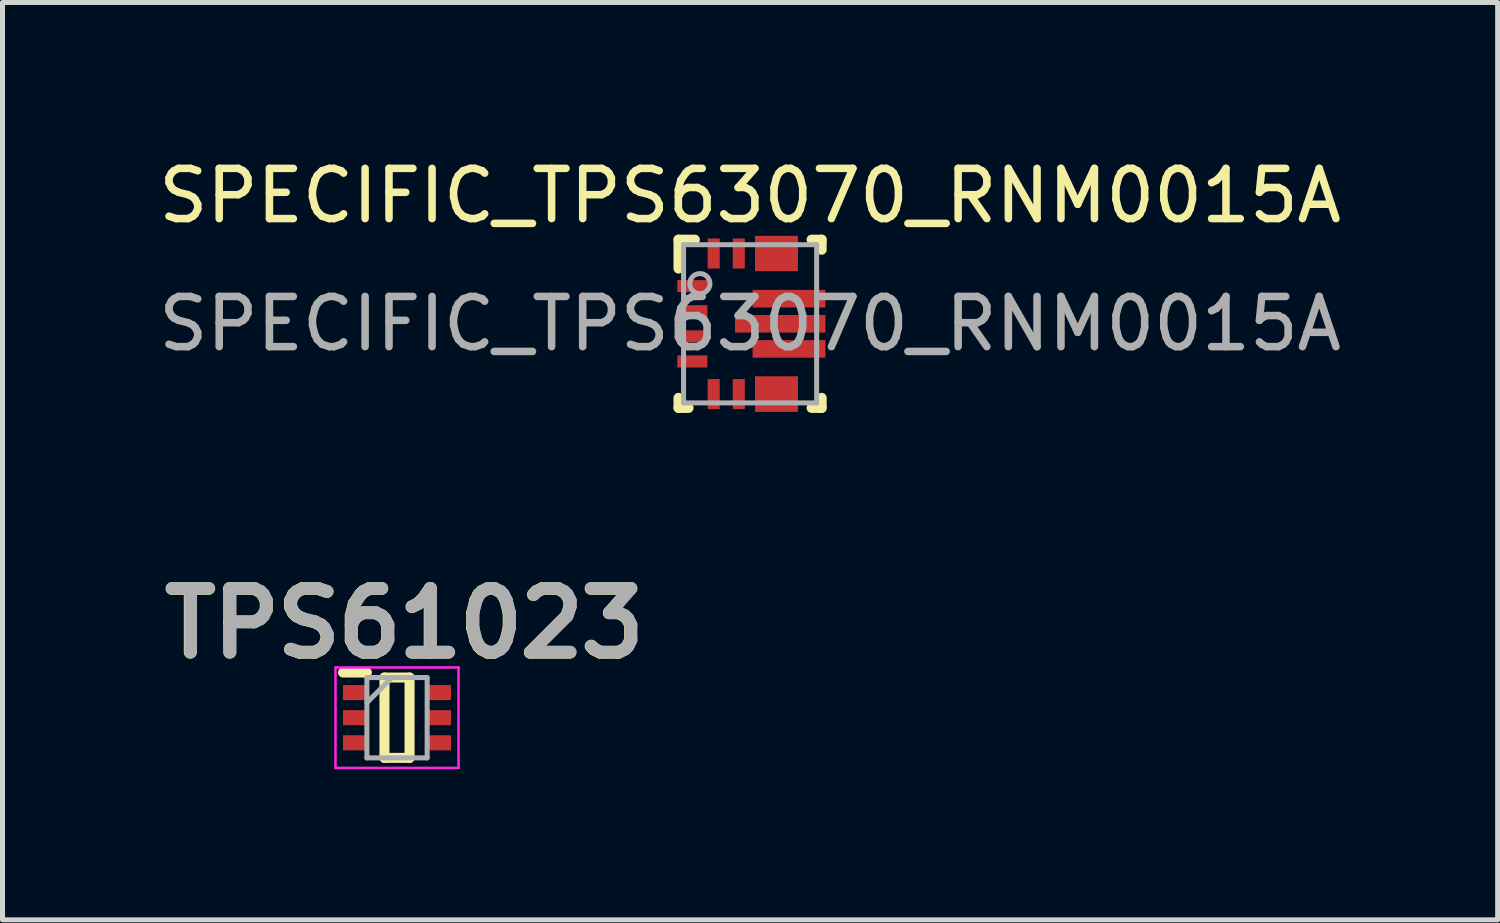
<source format=kicad_pcb>
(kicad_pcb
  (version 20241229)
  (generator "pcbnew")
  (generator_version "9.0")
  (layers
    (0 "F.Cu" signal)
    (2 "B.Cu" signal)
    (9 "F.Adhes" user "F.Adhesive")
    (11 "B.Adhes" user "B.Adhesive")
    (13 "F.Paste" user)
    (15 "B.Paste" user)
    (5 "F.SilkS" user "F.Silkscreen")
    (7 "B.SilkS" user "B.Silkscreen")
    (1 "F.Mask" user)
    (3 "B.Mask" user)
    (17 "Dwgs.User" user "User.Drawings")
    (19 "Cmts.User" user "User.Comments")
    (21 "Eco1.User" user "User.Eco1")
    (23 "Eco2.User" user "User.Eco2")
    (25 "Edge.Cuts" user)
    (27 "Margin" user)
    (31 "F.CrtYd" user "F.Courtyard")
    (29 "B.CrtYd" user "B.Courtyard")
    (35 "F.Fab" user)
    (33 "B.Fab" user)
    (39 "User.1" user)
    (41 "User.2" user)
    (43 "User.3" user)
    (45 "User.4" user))
  (footprint "TPS61023"
    (layer "F.Cu")
    (at 4.856 11.242)
    (property "Reference" "TPS61023" (at 0.145 -1.877 0) (layer "F.SilkS") (effects (font (size 1.27 1.27) (thickness 0.254))))
    (attr smd)
    (fp_line (start -1.075 -0.9) (end -0.6 -0.9) (stroke (width 0.2) (type solid)) (layer "F.SilkS"))
    (fp_line (start -0.25 -0.8) (end 0.25 -0.8) (stroke (width 0.2) (type solid)) (layer "F.SilkS"))
    (fp_line (start -0.25 0.8) (end -0.25 -0.8) (stroke (width 0.2) (type solid)) (layer "F.SilkS"))
    (fp_line (start 0.25 -0.8) (end 0.25 0.8) (stroke (width 0.2) (type solid)) (layer "F.SilkS"))
    (fp_line (start 0.25 0.8) (end -0.25 0.8) (stroke (width 0.2) (type solid)) (layer "F.SilkS"))
    (fp_line (start -1.225 -1) (end 1.225 -1) (stroke (width 0.05) (type solid)) (layer "F.CrtYd"))
    (fp_line (start -1.225 1) (end -1.225 -1) (stroke (width 0.05) (type solid)) (layer "F.CrtYd"))
    (fp_line (start 1.225 -1) (end 1.225 1) (stroke (width 0.05) (type solid)) (layer "F.CrtYd"))
    (fp_line (start 1.225 1) (end -1.225 1) (stroke (width 0.05) (type solid)) (layer "F.CrtYd"))
    (fp_line (start -0.6 -0.8) (end 0.6 -0.8) (stroke (width 0.1) (type solid)) (layer "F.Fab"))
    (fp_line (start -0.6 -0.3) (end -0.1 -0.8) (stroke (width 0.1) (type solid)) (layer "F.Fab"))
    (fp_line (start -0.6 0.8) (end -0.6 -0.8) (stroke (width 0.1) (type solid)) (layer "F.Fab"))
    (fp_line (start 0.6 -0.8) (end 0.6 0.8) (stroke (width 0.1) (type solid)) (layer "F.Fab"))
    (fp_line (start 0.6 0.8) (end -0.6 0.8) (stroke (width 0.1) (type solid)) (layer "F.Fab"))
    (fp_text user "${REFERENCE}" (at 0.154 -1.88 0) (layer "F.Fab") (effects (font (size 1.27 1.27) (thickness 0.254))))
    (pad "1" smd rect (at -0.838 -0.5 90) (size 0.3 0.475) (layers "F.Cu" "F.Mask" "F.Paste"))
    (pad "2" smd rect (at -0.838 0 90) (size 0.3 0.475) (layers "F.Cu" "F.Mask" "F.Paste"))
    (pad "3" smd rect (at -0.838 0.5 90) (size 0.3 0.475) (layers "F.Cu" "F.Mask" "F.Paste"))
    (pad "4" smd rect (at 0.838 0.5 90) (size 0.3 0.475) (layers "F.Cu" "F.Mask" "F.Paste"))
    (pad "5" smd rect (at 0.838 0 90) (size 0.3 0.475) (layers "F.Cu" "F.Mask" "F.Paste"))
    (pad "6" smd rect (at 0.838 -0.5 90) (size 0.3 0.475) (layers "F.Cu" "F.Mask" "F.Paste")))
  (footprint "SPECIFIC_TPS63070_RNM0015A"
    (layer "F.Cu")
    (at 11.887 3.398)
    (property "Reference" "SPECIFIC_TPS63070_RNM0015A" (at 0 -2.55 0) (unlocked yes) (layer "F.SilkS") (effects (font (size 1 1) (thickness 0.15))))
    (attr smd)
    (fp_poly (pts (xy 0.15 -1.15) (xy 0.15 -1.3) (xy 0.151 -1.31) (xy 0.154 -1.319) (xy 0.158 -1.328) (xy 0.165 -1.335) (xy 0.172 -1.342) (xy 0.181 -1.346) (xy 0.19 -1.349) (xy 0.2 -1.35) (xy 0.85 -1.35) (xy 0.86 -1.349) (xy 0.869 -1.346) (xy 0.878 -1.342) (xy 0.885 -1.335) (xy 0.892 -1.328) (xy 0.896 -1.319) (xy 0.899 -1.31) (xy 0.9 -1.3) (xy 0.9 -1.15) (xy 0.899 -1.14) (xy 0.896 -1.131) (xy 0.892 -1.122) (xy 0.885 -1.115) (xy 0.878 -1.108) (xy 0.869 -1.104) (xy 0.86 -1.101) (xy 0.85 -1.1) (xy 0.2 -1.1) (xy 0.19 -1.101) (xy 0.181 -1.104) (xy 0.172 -1.108) (xy 0.165 -1.115) (xy 0.158 -1.122) (xy 0.154 -1.131) (xy 0.151 -1.14)) (stroke (width 0) (type solid)) (fill yes) (layer "F.Mask"))
    (fp_poly (pts (xy 0.15 1.3) (xy 0.15 1.15) (xy 0.151 1.14) (xy 0.154 1.131) (xy 0.158 1.122) (xy 0.165 1.115) (xy 0.172 1.108) (xy 0.181 1.104) (xy 0.19 1.101) (xy 0.2 1.1) (xy 0.85 1.1) (xy 0.86 1.101) (xy 0.869 1.104) (xy 0.878 1.108) (xy 0.885 1.115) (xy 0.892 1.122) (xy 0.896 1.131) (xy 0.899 1.14) (xy 0.9 1.15) (xy 0.9 1.3) (xy 0.899 1.31) (xy 0.896 1.319) (xy 0.892 1.328) (xy 0.885 1.335) (xy 0.878 1.342) (xy 0.869 1.346) (xy 0.86 1.349) (xy 0.85 1.35) (xy 0.2 1.35) (xy 0.19 1.349) (xy 0.181 1.346) (xy 0.172 1.342) (xy 0.165 1.335) (xy 0.158 1.328) (xy 0.154 1.319) (xy 0.151 1.31)) (stroke (width 0) (type solid)) (fill yes) (layer "F.Mask"))
    (fp_poly (pts (xy 0.2 1.1) (xy 0.35 1.1) (xy 0.36 1.101) (xy 0.369 1.104) (xy 0.378 1.108) (xy 0.385 1.115) (xy 0.392 1.122) (xy 0.396 1.131) (xy 0.399 1.14) (xy 0.4 1.15) (xy 0.4 1.65) (xy 0.399 1.66) (xy 0.396 1.669) (xy 0.392 1.678) (xy 0.385 1.685) (xy 0.378 1.692) (xy 0.369 1.696) (xy 0.36 1.699) (xy 0.35 1.7) (xy 0.2 1.7) (xy 0.19 1.699) (xy 0.181 1.696) (xy 0.172 1.692) (xy 0.165 1.685) (xy 0.158 1.678) (xy 0.154 1.669) (xy 0.151 1.66) (xy 0.15 1.65) (xy 0.15 1.15) (xy 0.151 1.14) (xy 0.154 1.131) (xy 0.158 1.122) (xy 0.165 1.115) (xy 0.172 1.108) (xy 0.181 1.104) (xy 0.19 1.101)) (stroke (width 0) (type solid)) (fill yes) (layer "F.Mask"))
    (fp_poly (pts (xy 0.35 -1.1) (xy 0.2 -1.1) (xy 0.19 -1.101) (xy 0.181 -1.104) (xy 0.172 -1.108) (xy 0.165 -1.115) (xy 0.158 -1.122) (xy 0.154 -1.131) (xy 0.151 -1.14) (xy 0.15 -1.15) (xy 0.15 -1.65) (xy 0.151 -1.66) (xy 0.154 -1.669) (xy 0.158 -1.678) (xy 0.165 -1.685) (xy 0.172 -1.692) (xy 0.181 -1.696) (xy 0.19 -1.699) (xy 0.2 -1.7) (xy 0.35 -1.7) (xy 0.36 -1.699) (xy 0.369 -1.696) (xy 0.378 -1.692) (xy 0.385 -1.685) (xy 0.392 -1.678) (xy 0.396 -1.669) (xy 0.399 -1.66) (xy 0.4 -1.65) (xy 0.4 -1.15) (xy 0.399 -1.14) (xy 0.396 -1.131) (xy 0.392 -1.122) (xy 0.385 -1.115) (xy 0.378 -1.108) (xy 0.369 -1.104) (xy 0.36 -1.101)) (stroke (width 0) (type solid)) (fill yes) (layer "F.Mask"))
    (fp_poly (pts (xy 0.7 1.1) (xy 0.85 1.1) (xy 0.86 1.101) (xy 0.869 1.104) (xy 0.878 1.108) (xy 0.885 1.115) (xy 0.892 1.122) (xy 0.896 1.131) (xy 0.899 1.14) (xy 0.9 1.15) (xy 0.9 1.65) (xy 0.899 1.66) (xy 0.896 1.669) (xy 0.892 1.678) (xy 0.885 1.685) (xy 0.878 1.692) (xy 0.869 1.696) (xy 0.86 1.699) (xy 0.85 1.7) (xy 0.7 1.7) (xy 0.69 1.699) (xy 0.681 1.696) (xy 0.672 1.692) (xy 0.665 1.685) (xy 0.658 1.678) (xy 0.654 1.669) (xy 0.651 1.66) (xy 0.65 1.65) (xy 0.65 1.15) (xy 0.651 1.14) (xy 0.654 1.131) (xy 0.658 1.122) (xy 0.665 1.115) (xy 0.672 1.108) (xy 0.681 1.104) (xy 0.69 1.101)) (stroke (width 0) (type solid)) (fill yes) (layer "F.Mask"))
    (fp_poly (pts (xy 0.85 -1.1) (xy 0.7 -1.1) (xy 0.69 -1.101) (xy 0.681 -1.104) (xy 0.672 -1.108) (xy 0.665 -1.115) (xy 0.658 -1.122) (xy 0.654 -1.131) (xy 0.651 -1.14) (xy 0.65 -1.15) (xy 0.65 -1.65) (xy 0.651 -1.66) (xy 0.654 -1.669) (xy 0.658 -1.678) (xy 0.665 -1.685) (xy 0.672 -1.692) (xy 0.681 -1.696) (xy 0.69 -1.699) (xy 0.7 -1.7) (xy 0.85 -1.7) (xy 0.86 -1.699) (xy 0.869 -1.696) (xy 0.878 -1.692) (xy 0.885 -1.685) (xy 0.892 -1.678) (xy 0.896 -1.669) (xy 0.899 -1.66) (xy 0.9 -1.65) (xy 0.9 -1.15) (xy 0.899 -1.14) (xy 0.896 -1.131) (xy 0.892 -1.122) (xy 0.885 -1.115) (xy 0.878 -1.108) (xy 0.869 -1.104) (xy 0.86 -1.101)) (stroke (width 0) (type solid)) (fill yes) (layer "F.Mask"))
    (fp_line (start -1.425 -1.675) (end -1.1 -1.675) (stroke (width 0.2) (type solid)) (layer "F.SilkS"))
    (fp_line (start -1.425 -1.1) (end -1.425 -1.675) (stroke (width 0.2) (type solid)) (layer "F.SilkS"))
    (fp_line (start -1.425 1.675) (end -1.425 1.475) (stroke (width 0.2) (type solid)) (layer "F.SilkS"))
    (fp_line (start -1.425 1.675) (end -1.225 1.675) (stroke (width 0.2) (type solid)) (layer "F.SilkS"))
    (fp_line (start 1.225 -1.675) (end 1.425 -1.675) (stroke (width 0.2) (type solid)) (layer "F.SilkS"))
    (fp_line (start 1.225 1.675) (end 1.425 1.675) (stroke (width 0.2) (type solid)) (layer "F.SilkS"))
    (fp_line (start 1.425 -1.475) (end 1.425 -1.675) (stroke (width 0.2) (type solid)) (layer "F.SilkS"))
    (fp_line (start 1.425 1.675) (end 1.425 1.475) (stroke (width 0.2) (type solid)) (layer "F.SilkS"))
    (fp_poly (pts (xy -0.22 0.075) (xy -0.22 -0.075) (xy -0.219 -0.085) (xy -0.216 -0.094) (xy -0.212 -0.103) (xy -0.205 -0.11) (xy -0.198 -0.117) (xy -0.189 -0.121) (xy -0.18 -0.124) (xy -0.17 -0.125) (xy 0.45 -0.125) (xy 0.46 -0.124) (xy 0.469 -0.121) (xy 0.478 -0.117) (xy 0.485 -0.11) (xy 0.492 -0.103) (xy 0.496 -0.094) (xy 0.499 -0.085) (xy 0.5 -0.075) (xy 0.5 0.075) (xy 0.499 0.085) (xy 0.496 0.094) (xy 0.492 0.103) (xy 0.485 0.11) (xy 0.478 0.117) (xy 0.469 0.121) (xy 0.46 0.124) (xy 0.45 0.125) (xy -0.17 0.125) (xy -0.18 0.124) (xy -0.189 0.121) (xy -0.198 0.117) (xy -0.205 0.11) (xy -0.212 0.103) (xy -0.216 0.094) (xy -0.219 0.085)) (stroke (width 0) (type solid)) (fill yes) (layer "F.Paste"))
    (fp_poly (pts (xy 0.101 -0.425) (xy 0.101 -0.575) (xy 0.101 -0.585) (xy 0.104 -0.594) (xy 0.109 -0.603) (xy 0.115 -0.61) (xy 0.123 -0.617) (xy 0.131 -0.621) (xy 0.141 -0.624) (xy 0.15 -0.625) (xy 0.625 -0.625) (xy 0.635 -0.624) (xy 0.645 -0.621) (xy 0.653 -0.617) (xy 0.661 -0.61) (xy 0.667 -0.603) (xy 0.672 -0.594) (xy 0.675 -0.585) (xy 0.675 -0.575) (xy 0.675 -0.425) (xy 0.675 -0.415) (xy 0.672 -0.406) (xy 0.667 -0.397) (xy 0.661 -0.39) (xy 0.653 -0.383) (xy 0.645 -0.379) (xy 0.635 -0.376) (xy 0.625 -0.375) (xy 0.15 -0.375) (xy 0.141 -0.376) (xy 0.131 -0.379) (xy 0.123 -0.383) (xy 0.115 -0.39) (xy 0.109 -0.397) (xy 0.104 -0.406) (xy 0.101 -0.415)) (stroke (width 0) (type solid)) (fill yes) (layer "F.Paste"))
    (fp_poly (pts (xy 0.101 0.575) (xy 0.101 0.425) (xy 0.101 0.415) (xy 0.104 0.406) (xy 0.109 0.397) (xy 0.115 0.39) (xy 0.123 0.383) (xy 0.131 0.379) (xy 0.141 0.376) (xy 0.15 0.375) (xy 0.625 0.375) (xy 0.635 0.376) (xy 0.645 0.379) (xy 0.653 0.383) (xy 0.661 0.39) (xy 0.667 0.397) (xy 0.672 0.406) (xy 0.675 0.415) (xy 0.675 0.425) (xy 0.675 0.575) (xy 0.675 0.585) (xy 0.672 0.594) (xy 0.667 0.603) (xy 0.661 0.61) (xy 0.653 0.617) (xy 0.645 0.621) (xy 0.635 0.624) (xy 0.625 0.625) (xy 0.15 0.625) (xy 0.141 0.624) (xy 0.131 0.621) (xy 0.123 0.617) (xy 0.115 0.61) (xy 0.109 0.603) (xy 0.104 0.594) (xy 0.101 0.585)) (stroke (width 0) (type solid)) (fill yes) (layer "F.Paste"))
    (fp_poly (pts (xy 0.15 -1.15) (xy 0.15 -1.3) (xy 0.151 -1.31) (xy 0.154 -1.319) (xy 0.158 -1.328) (xy 0.165 -1.335) (xy 0.172 -1.342) (xy 0.181 -1.346) (xy 0.19 -1.349) (xy 0.2 -1.35) (xy 0.85 -1.35) (xy 0.86 -1.349) (xy 0.869 -1.346) (xy 0.878 -1.342) (xy 0.885 -1.335) (xy 0.892 -1.328) (xy 0.896 -1.319) (xy 0.899 -1.31) (xy 0.9 -1.3) (xy 0.9 -1.15) (xy 0.899 -1.14) (xy 0.896 -1.131) (xy 0.892 -1.122) (xy 0.885 -1.115) (xy 0.878 -1.108) (xy 0.869 -1.104) (xy 0.86 -1.101) (xy 0.85 -1.1) (xy 0.2 -1.1) (xy 0.19 -1.101) (xy 0.181 -1.104) (xy 0.172 -1.108) (xy 0.165 -1.115) (xy 0.158 -1.122) (xy 0.154 -1.131) (xy 0.151 -1.14)) (stroke (width 0) (type solid)) (fill yes) (layer "F.Paste"))
    (fp_poly (pts (xy 0.15 1.3) (xy 0.15 1.15) (xy 0.151 1.14) (xy 0.154 1.131) (xy 0.158 1.122) (xy 0.165 1.115) (xy 0.172 1.108) (xy 0.181 1.104) (xy 0.19 1.101) (xy 0.2 1.1) (xy 0.85 1.1) (xy 0.86 1.101) (xy 0.869 1.104) (xy 0.878 1.108) (xy 0.885 1.115) (xy 0.892 1.122) (xy 0.896 1.131) (xy 0.899 1.14) (xy 0.9 1.15) (xy 0.9 1.3) (xy 0.899 1.31) (xy 0.896 1.319) (xy 0.892 1.328) (xy 0.885 1.335) (xy 0.878 1.342) (xy 0.869 1.346) (xy 0.86 1.349) (xy 0.85 1.35) (xy 0.2 1.35) (xy 0.19 1.349) (xy 0.181 1.346) (xy 0.172 1.342) (xy 0.165 1.335) (xy 0.158 1.328) (xy 0.154 1.319) (xy 0.151 1.31)) (stroke (width 0) (type solid)) (fill yes) (layer "F.Paste"))
    (fp_poly (pts (xy 0.2 1.1) (xy 0.35 1.1) (xy 0.36 1.101) (xy 0.369 1.104) (xy 0.378 1.108) (xy 0.385 1.115) (xy 0.392 1.122) (xy 0.396 1.131) (xy 0.399 1.14) (xy 0.4 1.15) (xy 0.4 1.65) (xy 0.399 1.66) (xy 0.396 1.669) (xy 0.392 1.678) (xy 0.385 1.685) (xy 0.378 1.692) (xy 0.369 1.696) (xy 0.36 1.699) (xy 0.35 1.7) (xy 0.2 1.7) (xy 0.19 1.699) (xy 0.181 1.696) (xy 0.172 1.692) (xy 0.165 1.685) (xy 0.158 1.678) (xy 0.154 1.669) (xy 0.151 1.66) (xy 0.15 1.65) (xy 0.15 1.15) (xy 0.151 1.14) (xy 0.154 1.131) (xy 0.158 1.122) (xy 0.165 1.115) (xy 0.172 1.108) (xy 0.181 1.104) (xy 0.19 1.101)) (stroke (width 0) (type solid)) (fill yes) (layer "F.Paste"))
    (fp_poly (pts (xy 0.35 -1.1) (xy 0.2 -1.1) (xy 0.19 -1.101) (xy 0.181 -1.104) (xy 0.172 -1.108) (xy 0.165 -1.115) (xy 0.158 -1.122) (xy 0.154 -1.131) (xy 0.151 -1.14) (xy 0.15 -1.15) (xy 0.15 -1.65) (xy 0.151 -1.66) (xy 0.154 -1.669) (xy 0.158 -1.678) (xy 0.165 -1.685) (xy 0.172 -1.692) (xy 0.181 -1.696) (xy 0.19 -1.699) (xy 0.2 -1.7) (xy 0.35 -1.7) (xy 0.36 -1.699) (xy 0.369 -1.696) (xy 0.378 -1.692) (xy 0.385 -1.685) (xy 0.392 -1.678) (xy 0.396 -1.669) (xy 0.399 -1.66) (xy 0.4 -1.65) (xy 0.4 -1.15) (xy 0.399 -1.14) (xy 0.396 -1.131) (xy 0.392 -1.122) (xy 0.385 -1.115) (xy 0.378 -1.108) (xy 0.369 -1.104) (xy 0.36 -1.101)) (stroke (width 0) (type solid)) (fill yes) (layer "F.Paste"))
    (fp_poly (pts (xy 0.7 0.075) (xy 0.7 -0.075) (xy 0.701 -0.085) (xy 0.704 -0.094) (xy 0.708 -0.103) (xy 0.715 -0.11) (xy 0.722 -0.117) (xy 0.731 -0.121) (xy 0.74 -0.124) (xy 0.75 -0.125) (xy 1.37 -0.125) (xy 1.38 -0.124) (xy 1.389 -0.121) (xy 1.398 -0.117) (xy 1.405 -0.11) (xy 1.412 -0.103) (xy 1.416 -0.094) (xy 1.419 -0.085) (xy 1.42 -0.075) (xy 1.42 0.075) (xy 1.419 0.085) (xy 1.416 0.094) (xy 1.412 0.103) (xy 1.405 0.11) (xy 1.398 0.117) (xy 1.389 0.121) (xy 1.38 0.124) (xy 1.37 0.125) (xy 0.75 0.125) (xy 0.74 0.124) (xy 0.731 0.121) (xy 0.722 0.117) (xy 0.715 0.11) (xy 0.708 0.103) (xy 0.704 0.094) (xy 0.701 0.085)) (stroke (width 0) (type solid)) (fill yes) (layer "F.Paste"))
    (fp_poly (pts (xy 0.7 1.1) (xy 0.85 1.1) (xy 0.86 1.101) (xy 0.869 1.104) (xy 0.878 1.108) (xy 0.885 1.115) (xy 0.892 1.122) (xy 0.896 1.131) (xy 0.899 1.14) (xy 0.9 1.15) (xy 0.9 1.65) (xy 0.899 1.66) (xy 0.896 1.669) (xy 0.892 1.678) (xy 0.885 1.685) (xy 0.878 1.692) (xy 0.869 1.696) (xy 0.86 1.699) (xy 0.85 1.7) (xy 0.7 1.7) (xy 0.69 1.699) (xy 0.681 1.696) (xy 0.672 1.692) (xy 0.665 1.685) (xy 0.658 1.678) (xy 0.654 1.669) (xy 0.651 1.66) (xy 0.65 1.65) (xy 0.65 1.15) (xy 0.651 1.14) (xy 0.654 1.131) (xy 0.658 1.122) (xy 0.665 1.115) (xy 0.672 1.108) (xy 0.681 1.104) (xy 0.69 1.101)) (stroke (width 0) (type solid)) (fill yes) (layer "F.Paste"))
    (fp_poly (pts (xy 0.85 -1.1) (xy 0.7 -1.1) (xy 0.69 -1.101) (xy 0.681 -1.104) (xy 0.672 -1.108) (xy 0.665 -1.115) (xy 0.658 -1.122) (xy 0.654 -1.131) (xy 0.651 -1.14) (xy 0.65 -1.15) (xy 0.65 -1.65) (xy 0.651 -1.66) (xy 0.654 -1.669) (xy 0.658 -1.678) (xy 0.665 -1.685) (xy 0.672 -1.692) (xy 0.681 -1.696) (xy 0.69 -1.699) (xy 0.7 -1.7) (xy 0.85 -1.7) (xy 0.86 -1.699) (xy 0.869 -1.696) (xy 0.878 -1.692) (xy 0.885 -1.685) (xy 0.892 -1.678) (xy 0.896 -1.669) (xy 0.899 -1.66) (xy 0.9 -1.65) (xy 0.9 -1.15) (xy 0.899 -1.14) (xy 0.896 -1.131) (xy 0.892 -1.122) (xy 0.885 -1.115) (xy 0.878 -1.108) (xy 0.869 -1.104) (xy 0.86 -1.101)) (stroke (width 0) (type solid)) (fill yes) (layer "F.Paste"))
    (fp_poly (pts (xy 0.875 -0.425) (xy 0.875 -0.575) (xy 0.876 -0.585) (xy 0.879 -0.594) (xy 0.884 -0.603) (xy 0.89 -0.61) (xy 0.898 -0.617) (xy 0.906 -0.621) (xy 0.916 -0.624) (xy 0.925 -0.625) (xy 1.401 -0.625) (xy 1.41 -0.624) (xy 1.42 -0.621) (xy 1.428 -0.617) (xy 1.436 -0.61) (xy 1.442 -0.603) (xy 1.447 -0.594) (xy 1.45 -0.585) (xy 1.45 -0.575) (xy 1.45 -0.425) (xy 1.45 -0.415) (xy 1.447 -0.406) (xy 1.442 -0.397) (xy 1.436 -0.39) (xy 1.428 -0.383) (xy 1.42 -0.379) (xy 1.41 -0.376) (xy 1.401 -0.375) (xy 0.925 -0.375) (xy 0.916 -0.376) (xy 0.906 -0.379) (xy 0.898 -0.383) (xy 0.89 -0.39) (xy 0.884 -0.397) (xy 0.879 -0.406) (xy 0.876 -0.415)) (stroke (width 0) (type solid)) (fill yes) (layer "F.Paste"))
    (fp_poly (pts (xy 0.875 0.575) (xy 0.875 0.425) (xy 0.876 0.415) (xy 0.879 0.406) (xy 0.884 0.397) (xy 0.89 0.39) (xy 0.898 0.383) (xy 0.906 0.379) (xy 0.916 0.376) (xy 0.925 0.375) (xy 1.401 0.375) (xy 1.41 0.376) (xy 1.42 0.379) (xy 1.428 0.383) (xy 1.436 0.39) (xy 1.442 0.397) (xy 1.447 0.406) (xy 1.45 0.415) (xy 1.45 0.425) (xy 1.45 0.575) (xy 1.45 0.585) (xy 1.447 0.594) (xy 1.442 0.603) (xy 1.436 0.61) (xy 1.428 0.617) (xy 1.42 0.621) (xy 1.41 0.624) (xy 1.401 0.625) (xy 0.925 0.625) (xy 0.916 0.624) (xy 0.906 0.621) (xy 0.898 0.617) (xy 0.89 0.61) (xy 0.884 0.603) (xy 0.879 0.594) (xy 0.876 0.585)) (stroke (width 0) (type solid)) (fill yes) (layer "F.Paste"))
    (fp_line (start -1.325 -1.575) (end 1.325 -1.575) (stroke (width 0.1) (type solid)) (layer "F.Fab"))
    (fp_line (start -1.325 1.575) (end -1.325 -1.575) (stroke (width 0.1) (type solid)) (layer "F.Fab"))
    (fp_line (start -1.325 1.575) (end 1.325 1.575) (stroke (width 0.1) (type solid)) (layer "F.Fab"))
    (fp_line (start 1.325 1.575) (end 1.325 -1.575) (stroke (width 0.1) (type solid)) (layer "F.Fab"))
    (fp_circle (center -1 -0.8) (end -0.8 -0.8) (stroke (width 0.1) (type solid)) (fill no) (layer "F.Fab"))
    (fp_text user "${REFERENCE}" (at 0 0 0) (unlocked yes) (layer "F.Fab") (effects (font (size 1 1) (thickness 0.15))))
    (pad "1" smd rect (at -1.15 -0.75 90) (size 0.24 0.6) (layers "F.Cu" "F.Mask" "F.Paste"))
    (pad "2" smd rect (at -1.15 -0.25 90) (size 0.24 0.6) (layers "F.Cu" "F.Mask" "F.Paste"))
    (pad "3" smd rect (at -1.15 0.25 90) (size 0.24 0.6) (layers "F.Cu" "F.Mask" "F.Paste"))
    (pad "4" smd rect (at -1.15 0.75 90) (size 0.24 0.6) (layers "F.Cu" "F.Mask" "F.Paste"))
    (pad "5" smd rect (at -0.725 1.4) (size 0.24 0.6) (layers "F.Cu" "F.Mask" "F.Paste"))
    (pad "6" smd rect (at -0.225 1.4) (size 0.24 0.6) (layers "F.Cu" "F.Mask" "F.Paste"))
    (pad "7" smd rect (at 0.525 1.4 90) (size 0.7 0.85) (layers "F.Cu" "F.Mask" "F.Paste"))
    (pad "8" smd rect (at 0.525 1.4 90) (size 0.7 0.85) (layers "F.Cu" "F.Mask" "F.Paste"))
    (pad "9" smd rect (at 0.775 0.5 90) (size 0.35 1.45) (layers "F.Cu" "F.Mask"))
    (pad "10" smd rect (at 0.6 0 90) (size 0.35 1.8) (layers "F.Cu" "F.Mask"))
    (pad "11" smd rect (at 0.775 -0.5 90) (size 0.35 1.45) (layers "F.Cu" "F.Mask"))
    (pad "12" smd rect (at 0.525 -1.4 90) (size 0.7 0.85) (layers "F.Cu" "F.Mask" "F.Paste"))
    (pad "13" smd rect (at 0.525 -1.4 90) (size 0.7 0.85) (layers "F.Cu" "F.Mask" "F.Paste"))
    (pad "14" smd rect (at -0.225 -1.4) (size 0.24 0.6) (layers "F.Cu" "F.Mask" "F.Paste"))
    (pad "15" smd rect (at -0.725 -1.4) (size 0.24 0.6) (layers "F.Cu" "F.Mask" "F.Paste")))
  (gr_rect
    (start -3 -3)
    (end 26.774 15.267)
    (stroke (width 0.1) (type default))
    (fill no)
    (layer "Edge.Cuts")))
</source>
